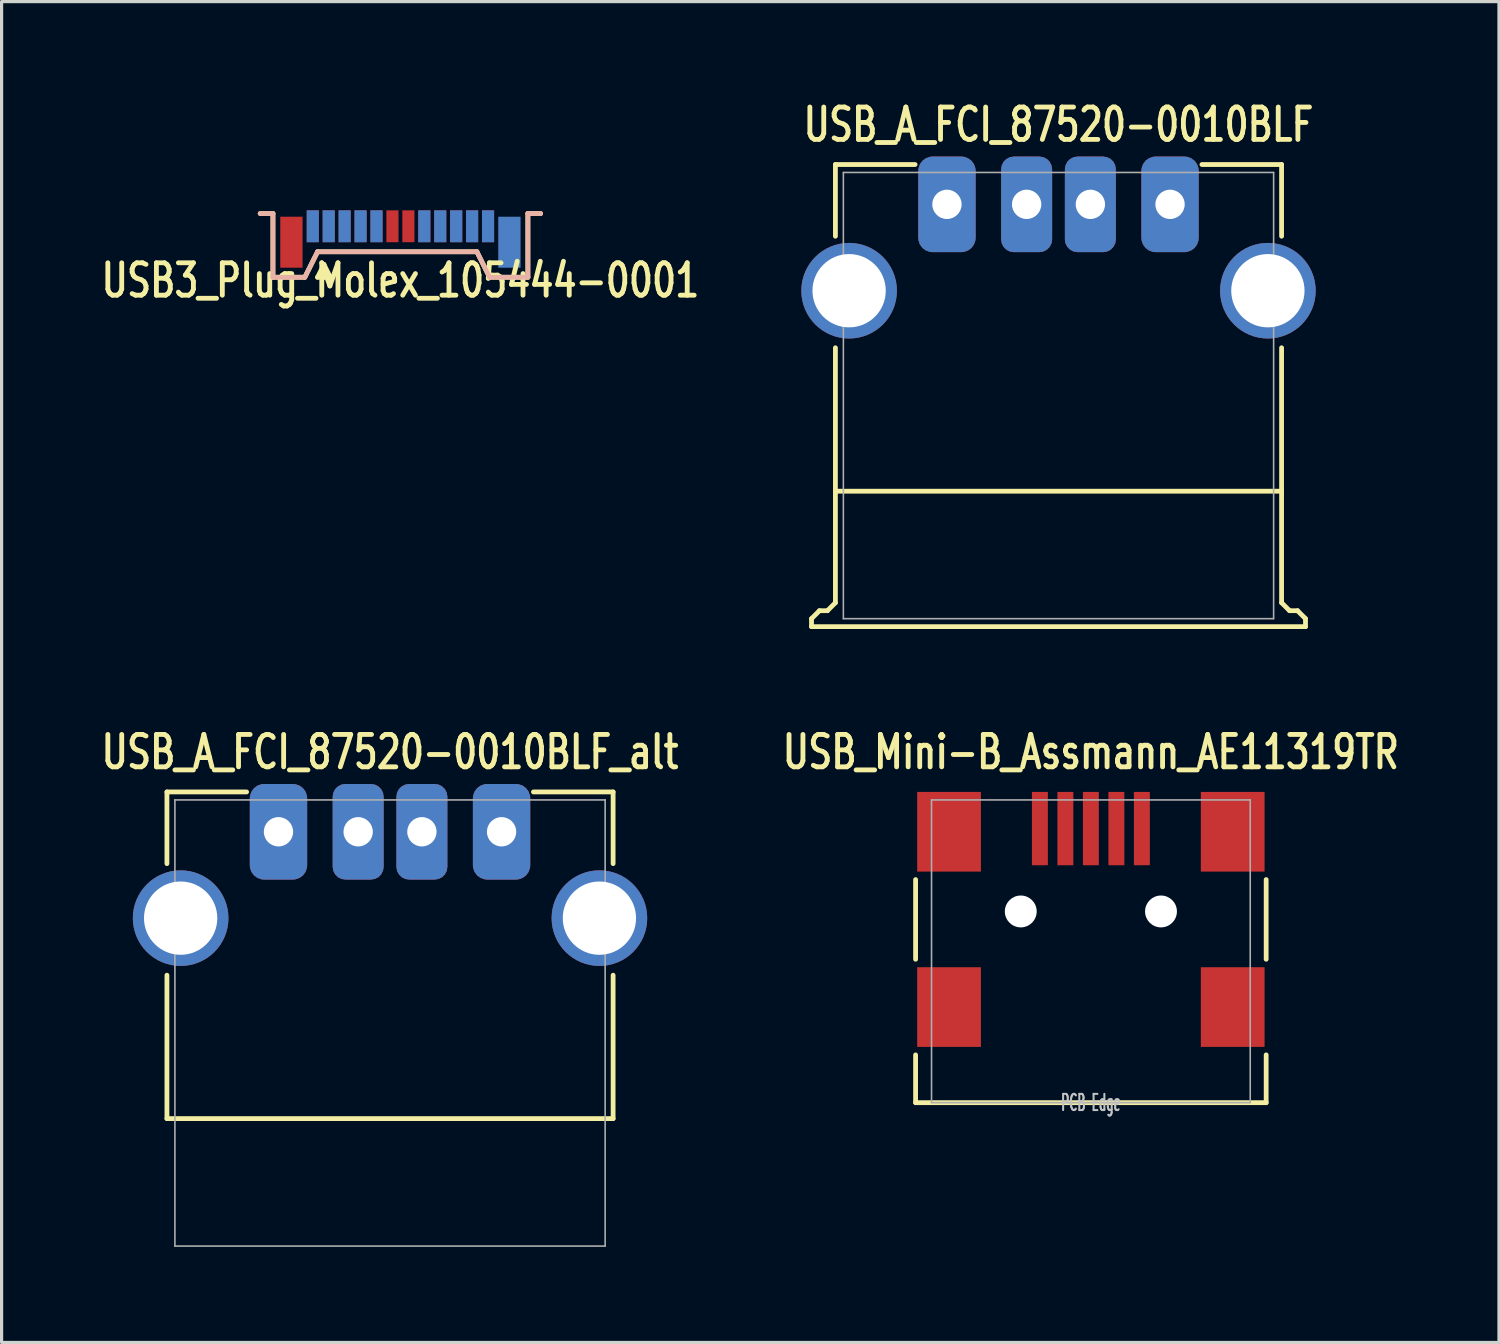
<source format=kicad_pcb>
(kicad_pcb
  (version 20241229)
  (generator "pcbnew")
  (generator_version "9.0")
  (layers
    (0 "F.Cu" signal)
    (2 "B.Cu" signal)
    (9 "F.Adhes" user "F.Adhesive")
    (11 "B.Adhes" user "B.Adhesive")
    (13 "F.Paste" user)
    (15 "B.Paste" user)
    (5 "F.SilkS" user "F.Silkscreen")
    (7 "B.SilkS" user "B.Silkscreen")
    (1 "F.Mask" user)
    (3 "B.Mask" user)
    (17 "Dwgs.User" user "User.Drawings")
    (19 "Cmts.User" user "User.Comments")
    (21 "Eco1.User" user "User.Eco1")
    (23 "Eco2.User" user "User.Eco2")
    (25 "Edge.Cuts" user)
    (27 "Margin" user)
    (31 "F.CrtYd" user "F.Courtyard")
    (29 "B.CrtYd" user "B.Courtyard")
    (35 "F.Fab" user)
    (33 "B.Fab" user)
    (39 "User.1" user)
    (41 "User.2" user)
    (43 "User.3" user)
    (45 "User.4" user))
  (footprint "USB3_Plug_Molex_105444-0001"
    (layer "F.Cu")
    (at 9.514 0.25)
    (property "Reference" "USB3_Plug_Molex_105444-0001" (at 0 5.5 0) (layer "F.SilkS") (effects (font (size 1.016 0.762) (thickness 0.152))))
    (attr through_hole)
    (fp_line (start -4.4 3.4) (end -4 3.4) (stroke (width 0.15) (type solid)) (layer "F.SilkS"))
    (fp_line (start -4 3.4) (end -4 5.4) (stroke (width 0.15) (type solid)) (layer "F.SilkS"))
    (fp_line (start -4 5.4) (end -3 5.4) (stroke (width 0.15) (type solid)) (layer "F.SilkS"))
    (fp_line (start -3 5.4) (end -2.6 4.6) (stroke (width 0.15) (type solid)) (layer "F.SilkS"))
    (fp_line (start -2.6 4.6) (end 2.4 4.6) (stroke (width 0.15) (type solid)) (layer "F.SilkS"))
    (fp_line (start -2.6 5.4) (end -2.4 5) (stroke (width 0.15) (type solid)) (layer "F.SilkS"))
    (fp_line (start -2.4 5) (end -2.4 5.4) (stroke (width 0.15) (type solid)) (layer "F.SilkS"))
    (fp_line (start -2.4 5) (end -2.2 5.4) (stroke (width 0.15) (type solid)) (layer "F.SilkS"))
    (fp_line (start -2.2 5.4) (end -2.6 5.4) (stroke (width 0.15) (type solid)) (layer "F.SilkS"))
    (fp_line (start 2.4 4.6) (end 2.8 5.4) (stroke (width 0.15) (type solid)) (layer "F.SilkS"))
    (fp_line (start 2.8 5.4) (end 4 5.4) (stroke (width 0.15) (type solid)) (layer "F.SilkS"))
    (fp_line (start 4 5.4) (end 4 3.4) (stroke (width 0.15) (type solid)) (layer "F.SilkS"))
    (fp_line (start 4.4 3.4) (end 4 3.4) (stroke (width 0.15) (type solid)) (layer "F.SilkS"))
    (fp_line (start -4 3.4) (end -4.4 3.4) (stroke (width 0.15) (type solid)) (layer "B.SilkS"))
    (fp_line (start -4 3.4) (end -4 5.4) (stroke (width 0.15) (type solid)) (layer "B.SilkS"))
    (fp_line (start -4 5.4) (end -3 5.4) (stroke (width 0.15) (type solid)) (layer "B.SilkS"))
    (fp_line (start -3 5.4) (end -2.6 4.6) (stroke (width 0.15) (type solid)) (layer "B.SilkS"))
    (fp_line (start -2.6 4.6) (end 2.4 4.6) (stroke (width 0.15) (type solid)) (layer "B.SilkS"))
    (fp_line (start 2.4 4.6) (end 2.8 5.4) (stroke (width 0.15) (type solid)) (layer "B.SilkS"))
    (fp_line (start 2.8 5.4) (end 4 5.4) (stroke (width 0.15) (type solid)) (layer "B.SilkS"))
    (fp_line (start 4 3.4) (end 4.4 3.4) (stroke (width 0.15) (type solid)) (layer "B.SilkS"))
    (fp_line (start 4 5.4) (end 4 3.4) (stroke (width 0.15) (type solid)) (layer "B.SilkS"))
    (fp_line (start -3 3.27) (end 3 3.27) (stroke (width 0.02) (type solid)) (layer "Eco1.User"))
    (pad "0A1" smd rect (at -1.75 3.8) (size 0.38 1) (layers "F.Cu" "F.Mask" "F.Paste"))
    (pad "A1" smd rect (at 2.75 3.8) (size 0.38 1) (layers "F.Cu" "F.Mask" "F.Paste"))
    (pad "A2" smd rect (at 2.25 3.8) (size 0.38 1) (layers "F.Cu" "F.Mask" "F.Paste"))
    (pad "A3" smd rect (at 1.75 3.8) (size 0.38 1) (layers "F.Cu" "F.Mask" "F.Paste"))
    (pad "A4" smd rect (at 1.25 3.8) (size 0.38 1) (layers "F.Cu" "F.Mask" "F.Paste"))
    (pad "A5" smd rect (at 0.75 3.8) (size 0.38 1) (layers "F.Cu" "F.Mask" "F.Paste"))
    (pad "A6" smd rect (at 0.25 3.8) (size 0.38 1) (layers "F.Cu" "F.Mask" "F.Paste"))
    (pad "A7" smd rect (at -0.25 3.8) (size 0.38 1) (layers "F.Cu" "F.Mask" "F.Paste"))
    (pad "A8" smd rect (at -0.75 3.8) (size 0.38 1) (layers "F.Cu" "F.Mask" "F.Paste"))
    (pad "A9" smd rect (at -1.25 3.8) (size 0.38 1) (layers "F.Cu" "F.Mask" "F.Paste"))
    (pad "A11" smd rect (at -2.25 3.8) (size 0.38 1) (layers "F.Cu" "F.Mask" "F.Paste"))
    (pad "A12" smd rect (at -3.42 4.3) (size 0.7 1.6) (layers "F.Cu" "F.Mask" "F.Paste"))
    (pad "A12" smd rect (at -2.75 3.8) (size 0.38 1) (layers "F.Cu" "F.Mask" "F.Paste"))
    (pad "B1" smd rect (at -2.75 3.8) (size 0.38 1) (layers "B.Cu" "B.Mask" "B.Paste"))
    (pad "B2" smd rect (at -2.25 3.8) (size 0.38 1) (layers "B.Cu" "B.Mask" "B.Paste"))
    (pad "B3" smd rect (at -1.75 3.8) (size 0.38 1) (layers "B.Cu" "B.Mask" "B.Paste"))
    (pad "B4" smd rect (at -1.25 3.8) (size 0.38 1) (layers "B.Cu" "B.Mask" "B.Paste"))
    (pad "B5" smd rect (at -0.75 3.8) (size 0.38 1) (layers "B.Cu" "B.Mask" "B.Paste"))
    (pad "B8" smd rect (at 0.75 3.8) (size 0.38 1) (layers "B.Cu" "B.Mask" "B.Paste"))
    (pad "B9" smd rect (at 1.25 3.8) (size 0.38 1) (layers "B.Cu" "B.Mask" "B.Paste"))
    (pad "B10" smd rect (at 1.75 3.8) (size 0.38 1) (layers "B.Cu" "B.Mask" "B.Paste"))
    (pad "B11" smd rect (at 2.25 3.8) (size 0.38 1) (layers "B.Cu" "B.Mask" "B.Paste"))
    (pad "B12" smd rect (at 2.75 3.8) (size 0.38 1) (layers "B.Cu" "B.Mask" "B.Paste"))
    (pad "B12" smd rect (at 3.42 4.3) (size 0.7 1.6) (layers "B.Cu" "B.Mask" "B.Paste")))
  (footprint "USB_A_FCI_87520-0010BLF"
    (layer "F.Cu")
    (at 30.163 2.362)
    (property "Reference" "USB_A_FCI_87520-0010BLF" (at 0 -1.5 0) (layer "F.SilkS") (effects (font (size 1.016 0.762) (thickness 0.152))))
    (attr through_hole)
    (fp_line (start -7.75 14) (end -7.5 13.75) (stroke (width 0.15) (type solid)) (layer "F.SilkS"))
    (fp_line (start -7.75 14.25) (end -7.75 14) (stroke (width 0.15) (type solid)) (layer "F.SilkS"))
    (fp_line (start -7.5 13.75) (end -7.25 13.75) (stroke (width 0.15) (type solid)) (layer "F.SilkS"))
    (fp_line (start -7.25 13.75) (end -7 13.5) (stroke (width 0.15) (type solid)) (layer "F.SilkS"))
    (fp_line (start -7 -0.25) (end -7 2) (stroke (width 0.15) (type solid)) (layer "F.SilkS"))
    (fp_line (start -7 10) (end 7 10) (stroke (width 0.15) (type solid)) (layer "F.SilkS"))
    (fp_line (start -7 13.5) (end -7 5.5) (stroke (width 0.15) (type solid)) (layer "F.SilkS"))
    (fp_line (start -4.5 -0.25) (end -7 -0.25) (stroke (width 0.15) (type solid)) (layer "F.SilkS"))
    (fp_line (start 4.5 -0.25) (end 7 -0.25) (stroke (width 0.15) (type solid)) (layer "F.SilkS"))
    (fp_line (start 7 -0.25) (end 7 2) (stroke (width 0.15) (type solid)) (layer "F.SilkS"))
    (fp_line (start 7 5.5) (end 7 13.5) (stroke (width 0.15) (type solid)) (layer "F.SilkS"))
    (fp_line (start 7 13.5) (end 7.25 13.75) (stroke (width 0.15) (type solid)) (layer "F.SilkS"))
    (fp_line (start 7.25 13.75) (end 7.5 13.75) (stroke (width 0.15) (type solid)) (layer "F.SilkS"))
    (fp_line (start 7.5 13.75) (end 7.75 14) (stroke (width 0.15) (type solid)) (layer "F.SilkS"))
    (fp_line (start 7.75 14) (end 7.75 14.25) (stroke (width 0.15) (type solid)) (layer "F.SilkS"))
    (fp_line (start 7.75 14.25) (end -7.75 14.25) (stroke (width 0.15) (type solid)) (layer "F.SilkS"))
    (fp_line (start -6.75 0) (end -6.75 14) (stroke (width 0.05) (type solid)) (layer "F.Fab"))
    (fp_line (start -6.75 14) (end 6.75 14) (stroke (width 0.05) (type solid)) (layer "F.Fab"))
    (fp_line (start 6.75 0) (end -6.75 0) (stroke (width 0.05) (type solid)) (layer "F.Fab"))
    (fp_line (start 6.75 14) (end 6.75 0) (stroke (width 0.05) (type solid)) (layer "F.Fab"))
    (pad "1" thru_hole roundrect (at -3.5 1) (size 1.8 3) (drill 0.92) (layers "*.Cu" "*.Mask") (roundrect_rratio 0.25))
    (pad "2" thru_hole roundrect (at -1 1) (size 1.6 3) (drill 0.92) (layers "*.Cu" "*.Mask") (roundrect_rratio 0.25))
    (pad "3" thru_hole roundrect (at 1 1) (size 1.6 3) (drill 0.92) (layers "*.Cu" "*.Mask") (roundrect_rratio 0.25))
    (pad "4" thru_hole roundrect (at 3.5 1) (size 1.8 3) (drill 0.92) (layers "*.Cu" "*.Mask") (roundrect_rratio 0.25))
    (pad "5" thru_hole circle (at -6.57 3.71) (size 3 3) (drill 2.3) (layers "*.Cu" "*.Mask"))
    (pad "5" thru_hole circle (at 6.57 3.71) (size 3 3) (drill 2.3) (layers "*.Cu" "*.Mask")))
  (footprint "USB_A_FCI_87520-0010BLF_alt"
    (layer "F.Cu")
    (at 9.188 22.049)
    (property "Reference" "USB_A_FCI_87520-0010BLF_alt" (at 0 -1.5 0) (layer "F.SilkS") (effects (font (size 1.016 0.762) (thickness 0.152))))
    (attr through_hole)
    (fp_line (start -7 -0.25) (end -7 2) (stroke (width 0.15) (type solid)) (layer "F.SilkS"))
    (fp_line (start -7 5.5) (end -7 10) (stroke (width 0.15) (type solid)) (layer "F.SilkS"))
    (fp_line (start -7 10) (end 7 10) (stroke (width 0.15) (type solid)) (layer "F.SilkS"))
    (fp_line (start -4.5 -0.25) (end -7 -0.25) (stroke (width 0.15) (type solid)) (layer "F.SilkS"))
    (fp_line (start 4.5 -0.25) (end 7 -0.25) (stroke (width 0.15) (type solid)) (layer "F.SilkS"))
    (fp_line (start 7 -0.25) (end 7 2) (stroke (width 0.15) (type solid)) (layer "F.SilkS"))
    (fp_line (start 7 5.5) (end 7 10) (stroke (width 0.15) (type solid)) (layer "F.SilkS"))
    (fp_line (start -6.75 0) (end -6.75 14) (stroke (width 0.05) (type solid)) (layer "F.Fab"))
    (fp_line (start -6.75 14) (end 6.75 14) (stroke (width 0.05) (type solid)) (layer "F.Fab"))
    (fp_line (start 6.75 0) (end -6.75 0) (stroke (width 0.05) (type solid)) (layer "F.Fab"))
    (fp_line (start 6.75 14) (end 6.75 0) (stroke (width 0.05) (type solid)) (layer "F.Fab"))
    (pad "1" thru_hole roundrect (at -3.5 1) (size 1.8 3) (drill 0.92) (layers "*.Cu" "*.Mask") (roundrect_rratio 0.25))
    (pad "2" thru_hole roundrect (at -1 1) (size 1.6 3) (drill 0.92) (layers "*.Cu" "*.Mask") (roundrect_rratio 0.25))
    (pad "3" thru_hole roundrect (at 1 1) (size 1.6 3) (drill 0.92) (layers "*.Cu" "*.Mask") (roundrect_rratio 0.25))
    (pad "4" thru_hole roundrect (at 3.5 1) (size 1.8 3) (drill 0.92) (layers "*.Cu" "*.Mask") (roundrect_rratio 0.25))
    (pad "5" thru_hole circle (at -6.57 3.71) (size 3 3) (drill 2.3) (layers "*.Cu" "*.Mask"))
    (pad "5" thru_hole circle (at 6.57 3.71) (size 3 3) (drill 2.3) (layers "*.Cu" "*.Mask")))
  (footprint "USB_Mini-B_Assmann_AE11319TR"
    (layer "F.Cu")
    (at 31.179 31.549)
    (property "Reference" "USB_Mini-B_Assmann_AE11319TR" (at 0 -11 0) (layer "F.SilkS") (effects (font (size 1.016 0.762) (thickness 0.152))))
    (attr through_hole)
    (fp_line (start -5.5 -7) (end -5.5 -4.5) (stroke (width 0.15) (type solid)) (layer "F.SilkS"))
    (fp_line (start -5.5 -1.5) (end -5.5 0) (stroke (width 0.15) (type solid)) (layer "F.SilkS"))
    (fp_line (start -5.5 0) (end 5.5 0) (stroke (width 0.15) (type solid)) (layer "F.SilkS"))
    (fp_line (start 5.5 -4.5) (end 5.5 -7) (stroke (width 0.15) (type solid)) (layer "F.SilkS"))
    (fp_line (start 5.5 0) (end 5.5 -1.5) (stroke (width 0.15) (type solid)) (layer "F.SilkS"))
    (fp_line (start -5 -9.5) (end 5 -9.5) (stroke (width 0.05) (type solid)) (layer "F.Fab"))
    (fp_line (start -5 0) (end -5 -9.5) (stroke (width 0.05) (type solid)) (layer "F.Fab"))
    (fp_line (start 5 -9.5) (end 5 0) (stroke (width 0.05) (type solid)) (layer "F.Fab"))
    (fp_line (start 5 0) (end -5 0) (stroke (width 0.05) (type solid)) (layer "F.Fab"))
    (fp_text user "PCB Edge" (at 0 0 0) (layer "Dwgs.User") (effects (font (size 0.508 0.254) (thickness 0.064))))
    (pad "" np_thru_hole circle (at -2.2 -6) (size 1 1) (drill 1) (layers "*.Cu" "*.Mask"))
    (pad "" np_thru_hole circle (at 2.2 -6) (size 1 1) (drill 1) (layers "*.Cu" "*.Mask"))
    (pad "1" smd rect (at -1.6 -8.6) (size 0.5 2.3) (layers "F.Cu" "F.Mask" "F.Paste"))
    (pad "2" smd rect (at -0.8 -8.6) (size 0.5 2.3) (layers "F.Cu" "F.Mask" "F.Paste"))
    (pad "3" smd rect (at 0 -8.6) (size 0.5 2.3) (layers "F.Cu" "F.Mask" "F.Paste"))
    (pad "4" smd rect (at 0.8 -8.6) (size 0.5 2.3) (layers "F.Cu" "F.Mask" "F.Paste"))
    (pad "5" smd rect (at 1.6 -8.6) (size 0.5 2.3) (layers "F.Cu" "F.Mask" "F.Paste"))
    (pad "6" smd rect (at -4.45 -8.5) (size 2 2.5) (layers "F.Cu" "F.Mask" "F.Paste"))
    (pad "6" smd rect (at -4.45 -3) (size 2 2.5) (layers "F.Cu" "F.Mask" "F.Paste"))
    (pad "6" smd rect (at 4.45 -8.5) (size 2 2.5) (layers "F.Cu" "F.Mask" "F.Paste"))
    (pad "6" smd rect (at 4.45 -3) (size 2 2.5) (layers "F.Cu" "F.Mask" "F.Paste")))
  (gr_rect
    (start -3 -3)
    (end 43.984 39.074)
    (stroke (width 0.1) (type default))
    (fill no)
    (layer "Edge.Cuts")))
</source>
